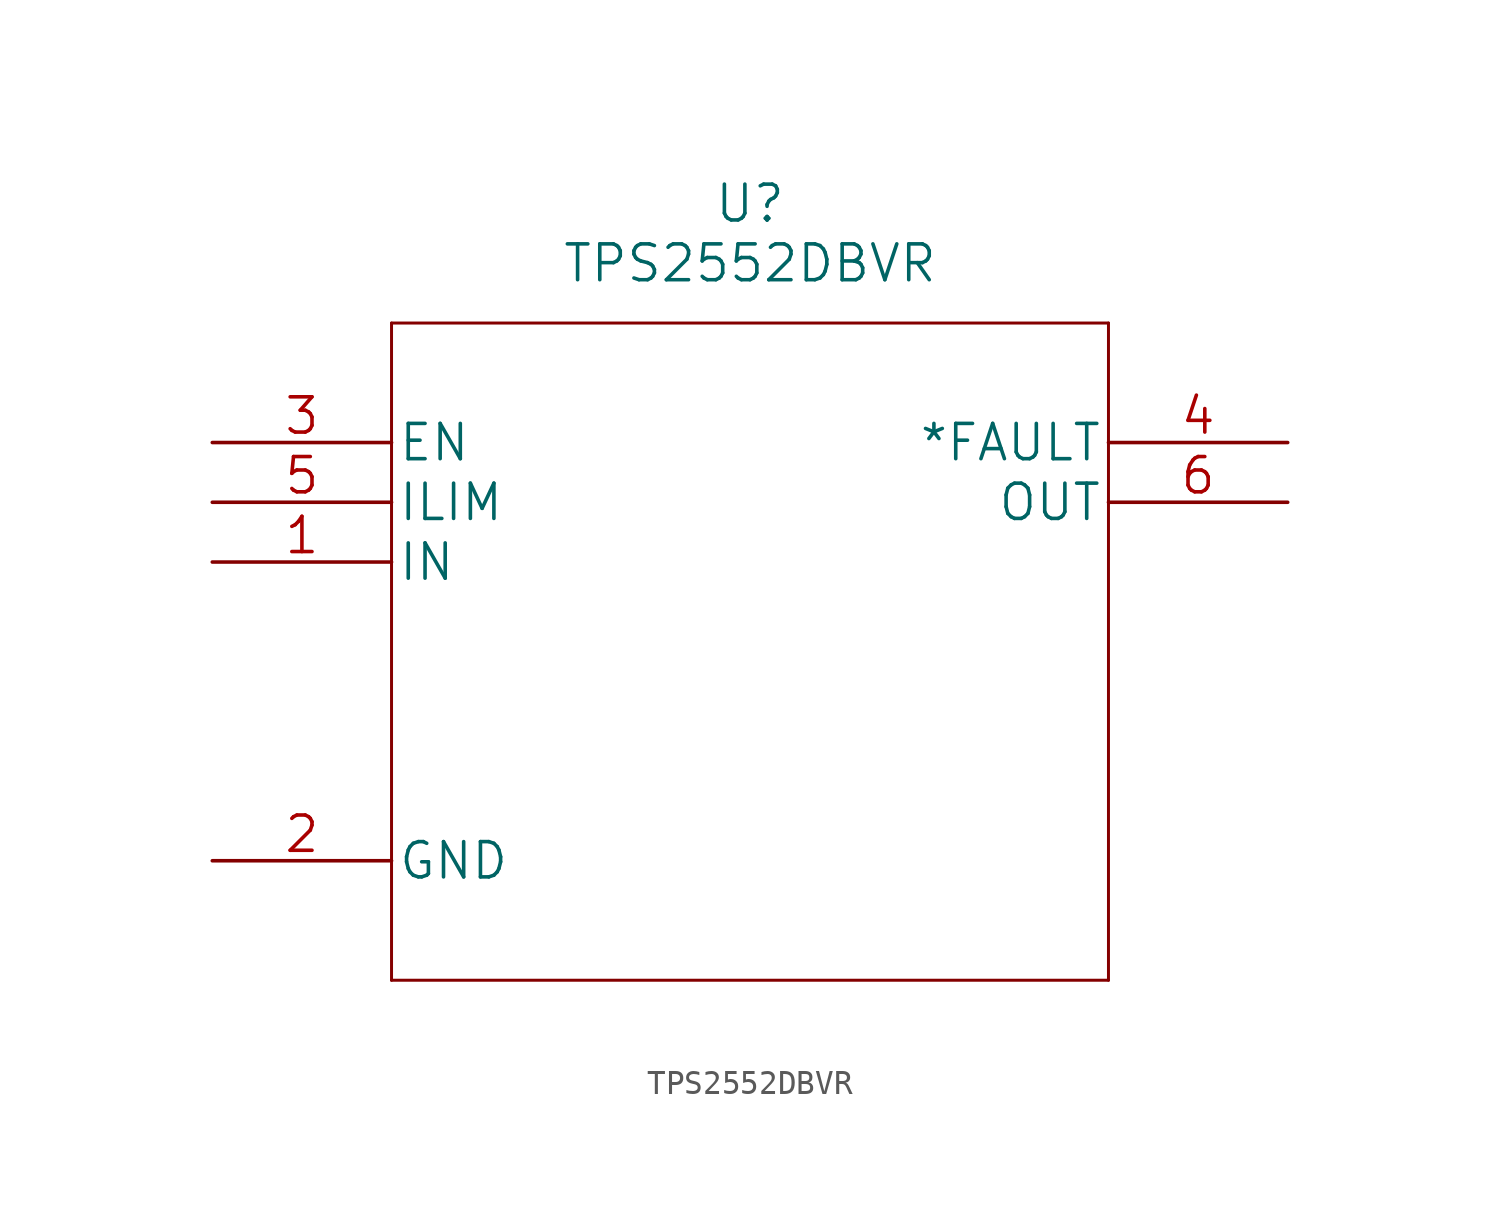
<source format=kicad_sym>
(kicad_symbol_lib
  (version 20211014)
  (generator kicad_symbol_editor)
  (symbol "TPS2552DBVR"
    (pin_names
      (offset 0.254))
    (property "Reference" "U"
      (at 22.86 10.16 0)
      (effects (font (size 1.524 1.524))))
    (property "Value" "TPS2552DBVR"
      (at 22.86 7.62 0)
      (effects (font (size 1.524 1.524))))
    (property "Datasheet" ""
      (at 0 0 0)
      (effects (font (size 1.524 1.524))))
    (symbol "TPS2552DBVR_1_1"
      (polyline (pts (xy 7.62 -22.86) (xy 38.1 -22.86)) (stroke (width 0.127) (type default) (color 0 0 0 0)) (fill (type none)))
      (polyline (pts (xy 7.62 5.08) (xy 7.62 -22.86)) (stroke (width 0.127) (type default) (color 0 0 0 0)) (fill (type none)))
      (polyline (pts (xy 38.1 -22.86) (xy 38.1 5.08)) (stroke (width 0.127) (type default) (color 0 0 0 0)) (fill (type none)))
      (polyline (pts (xy 38.1 5.08) (xy 7.62 5.08)) (stroke (width 0.127) (type default) (color 0 0 0 0)) (fill (type none)))
      (pin input line (at 0 -5.08 0) (length 7.62) (name "IN" (effects (font (size 1.499 1.499)))) (number "1" (effects (font (size 1.499 1.499)))))
      (pin power_in line (at 0 -17.78 0) (length 7.62) (name "GND" (effects (font (size 1.499 1.499)))) (number "2" (effects (font (size 1.499 1.499)))))
      (pin input line (at 0 0 0) (length 7.62) (name "EN" (effects (font (size 1.499 1.499)))) (number "3" (effects (font (size 1.499 1.499)))))
      (pin output line (at 45.72 0 180) (length 7.62) (name "*FAULT" (effects (font (size 1.499 1.499)))) (number "4" (effects (font (size 1.499 1.499)))))
      (pin input line (at 0 -2.54 0) (length 7.62) (name "ILIM" (effects (font (size 1.499 1.499)))) (number "5" (effects (font (size 1.499 1.499)))))
      (pin output line (at 45.72 -2.54 180) (length 7.62) (name "OUT" (effects (font (size 1.499 1.499)))) (number "6" (effects (font (size 1.499 1.499))))))))
</source>
